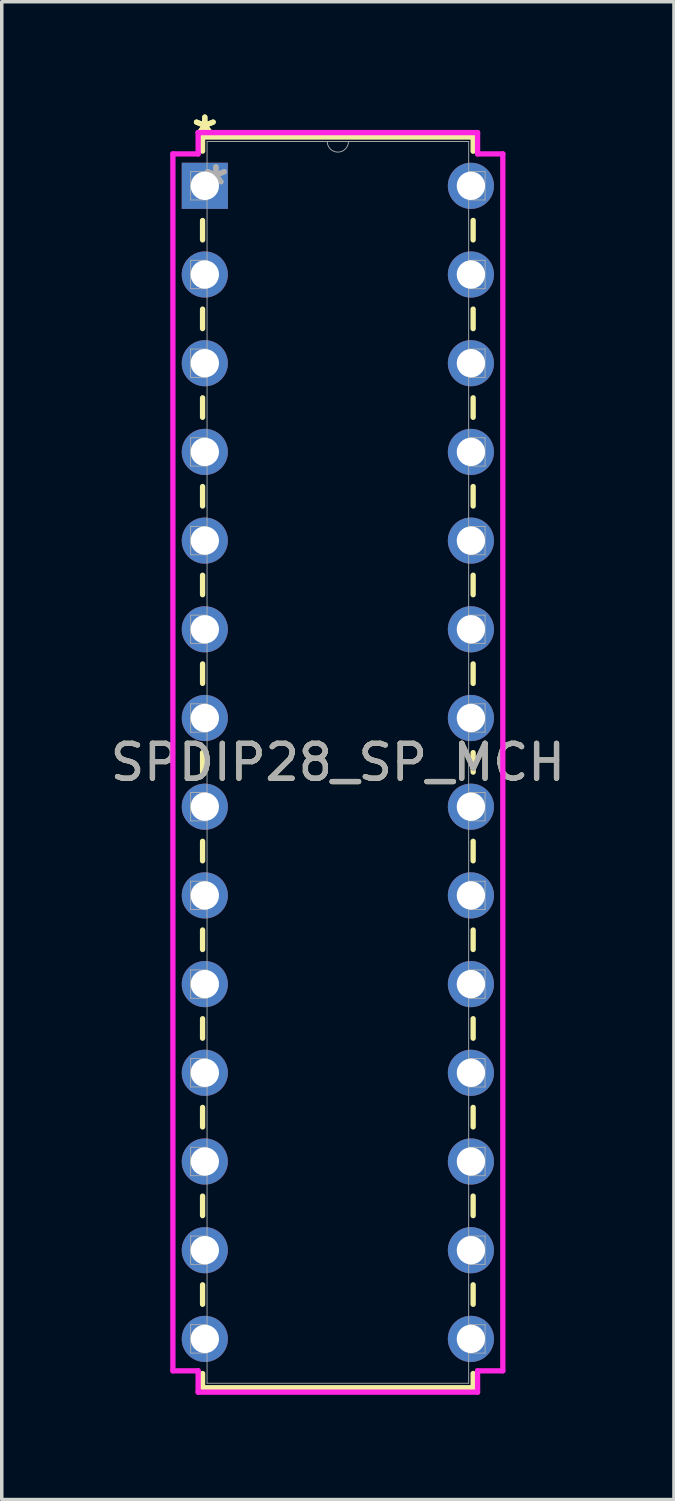
<source format=kicad_pcb>
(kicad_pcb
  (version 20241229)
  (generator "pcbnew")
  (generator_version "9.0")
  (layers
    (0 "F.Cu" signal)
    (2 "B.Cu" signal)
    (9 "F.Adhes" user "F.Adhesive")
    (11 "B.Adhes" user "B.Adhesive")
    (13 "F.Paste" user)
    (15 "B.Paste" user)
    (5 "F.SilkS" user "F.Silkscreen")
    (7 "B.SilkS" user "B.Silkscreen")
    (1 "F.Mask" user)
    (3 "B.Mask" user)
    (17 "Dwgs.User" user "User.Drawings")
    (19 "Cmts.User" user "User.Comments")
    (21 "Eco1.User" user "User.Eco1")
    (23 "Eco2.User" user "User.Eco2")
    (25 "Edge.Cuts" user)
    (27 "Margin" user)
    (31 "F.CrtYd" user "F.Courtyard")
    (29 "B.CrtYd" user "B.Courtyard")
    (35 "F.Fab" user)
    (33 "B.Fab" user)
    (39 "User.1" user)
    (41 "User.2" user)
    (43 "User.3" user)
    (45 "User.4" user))
  (footprint "SPDIP28_SP_MCH"
    (layer "F.Cu")
    (at 2.815 2.271)
    (property "Reference" "SPDIP28_SP_MCH" (at 3.81 16.51 0) (unlocked yes) (layer "F.SilkS") (effects (font (size 1 1) (thickness 0.15))))
    (attr through_hole)
    (fp_line (start -0.064 -1.397) (end -0.064 -0.993) (stroke (width 0.152) (type solid)) (layer "F.SilkS"))
    (fp_line (start -0.064 0.993) (end -0.064 1.549) (stroke (width 0.152) (type solid)) (layer "F.SilkS"))
    (fp_line (start -0.064 3.531) (end -0.064 4.089) (stroke (width 0.152) (type solid)) (layer "F.SilkS"))
    (fp_line (start -0.064 6.071) (end -0.064 6.629) (stroke (width 0.152) (type solid)) (layer "F.SilkS"))
    (fp_line (start -0.064 8.611) (end -0.064 9.169) (stroke (width 0.152) (type solid)) (layer "F.SilkS"))
    (fp_line (start -0.064 11.151) (end -0.064 11.709) (stroke (width 0.152) (type solid)) (layer "F.SilkS"))
    (fp_line (start -0.064 13.691) (end -0.064 14.249) (stroke (width 0.152) (type solid)) (layer "F.SilkS"))
    (fp_line (start -0.064 16.231) (end -0.064 16.789) (stroke (width 0.152) (type solid)) (layer "F.SilkS"))
    (fp_line (start -0.064 18.771) (end -0.064 19.329) (stroke (width 0.152) (type solid)) (layer "F.SilkS"))
    (fp_line (start -0.064 21.311) (end -0.064 21.869) (stroke (width 0.152) (type solid)) (layer "F.SilkS"))
    (fp_line (start -0.064 23.851) (end -0.064 24.409) (stroke (width 0.152) (type solid)) (layer "F.SilkS"))
    (fp_line (start -0.064 26.391) (end -0.064 26.949) (stroke (width 0.152) (type solid)) (layer "F.SilkS"))
    (fp_line (start -0.064 28.931) (end -0.064 29.489) (stroke (width 0.152) (type solid)) (layer "F.SilkS"))
    (fp_line (start -0.064 31.471) (end -0.064 32.029) (stroke (width 0.152) (type solid)) (layer "F.SilkS"))
    (fp_line (start -0.064 34.011) (end -0.064 34.417) (stroke (width 0.152) (type solid)) (layer "F.SilkS"))
    (fp_line (start -0.064 34.417) (end 7.684 34.417) (stroke (width 0.152) (type solid)) (layer "F.SilkS"))
    (fp_line (start 7.684 -1.397) (end -0.064 -1.397) (stroke (width 0.152) (type solid)) (layer "F.SilkS"))
    (fp_line (start 7.684 -0.991) (end 7.684 -1.397) (stroke (width 0.152) (type solid)) (layer "F.SilkS"))
    (fp_line (start 7.684 1.549) (end 7.684 0.991) (stroke (width 0.152) (type solid)) (layer "F.SilkS"))
    (fp_line (start 7.684 4.089) (end 7.684 3.531) (stroke (width 0.152) (type solid)) (layer "F.SilkS"))
    (fp_line (start 7.684 6.629) (end 7.684 6.071) (stroke (width 0.152) (type solid)) (layer "F.SilkS"))
    (fp_line (start 7.684 9.169) (end 7.684 8.611) (stroke (width 0.152) (type solid)) (layer "F.SilkS"))
    (fp_line (start 7.684 11.709) (end 7.684 11.151) (stroke (width 0.152) (type solid)) (layer "F.SilkS"))
    (fp_line (start 7.684 14.249) (end 7.684 13.691) (stroke (width 0.152) (type solid)) (layer "F.SilkS"))
    (fp_line (start 7.684 16.789) (end 7.684 16.231) (stroke (width 0.152) (type solid)) (layer "F.SilkS"))
    (fp_line (start 7.684 19.329) (end 7.684 18.771) (stroke (width 0.152) (type solid)) (layer "F.SilkS"))
    (fp_line (start 7.684 21.869) (end 7.684 21.311) (stroke (width 0.152) (type solid)) (layer "F.SilkS"))
    (fp_line (start 7.684 24.409) (end 7.684 23.851) (stroke (width 0.152) (type solid)) (layer "F.SilkS"))
    (fp_line (start 7.684 26.949) (end 7.684 26.391) (stroke (width 0.152) (type solid)) (layer "F.SilkS"))
    (fp_line (start 7.684 29.489) (end 7.684 28.931) (stroke (width 0.152) (type solid)) (layer "F.SilkS"))
    (fp_line (start 7.684 32.029) (end 7.684 31.471) (stroke (width 0.152) (type solid)) (layer "F.SilkS"))
    (fp_line (start 7.684 34.417) (end 7.684 34.011) (stroke (width 0.152) (type solid)) (layer "F.SilkS"))
    (fp_line (start -0.914 -0.914) (end -0.191 -0.914) (stroke (width 0.152) (type solid)) (layer "F.CrtYd"))
    (fp_line (start -0.914 33.934) (end -0.914 -0.914) (stroke (width 0.152) (type solid)) (layer "F.CrtYd"))
    (fp_line (start -0.191 -1.524) (end 7.811 -1.524) (stroke (width 0.152) (type solid)) (layer "F.CrtYd"))
    (fp_line (start -0.191 -0.914) (end -0.191 -1.524) (stroke (width 0.152) (type solid)) (layer "F.CrtYd"))
    (fp_line (start -0.191 33.934) (end -0.914 33.934) (stroke (width 0.152) (type solid)) (layer "F.CrtYd"))
    (fp_line (start -0.191 34.544) (end -0.191 33.934) (stroke (width 0.152) (type solid)) (layer "F.CrtYd"))
    (fp_line (start 7.811 -1.524) (end 7.811 -0.914) (stroke (width 0.152) (type solid)) (layer "F.CrtYd"))
    (fp_line (start 7.811 33.934) (end 7.811 34.544) (stroke (width 0.152) (type solid)) (layer "F.CrtYd"))
    (fp_line (start 7.811 34.544) (end -0.191 34.544) (stroke (width 0.152) (type solid)) (layer "F.CrtYd"))
    (fp_line (start 8.534 -0.914) (end 7.811 -0.914) (stroke (width 0.152) (type solid)) (layer "F.CrtYd"))
    (fp_line (start 8.534 -0.914) (end 8.534 33.934) (stroke (width 0.152) (type solid)) (layer "F.CrtYd"))
    (fp_line (start 8.534 33.934) (end 7.811 33.934) (stroke (width 0.152) (type solid)) (layer "F.CrtYd"))
    (fp_line (start -0.406 -0.406) (end -0.406 0.406) (stroke (width 0.025) (type solid)) (layer "F.Fab"))
    (fp_line (start -0.406 0.406) (end 0.064 0.406) (stroke (width 0.025) (type solid)) (layer "F.Fab"))
    (fp_line (start -0.406 2.134) (end -0.406 2.946) (stroke (width 0.025) (type solid)) (layer "F.Fab"))
    (fp_line (start -0.406 2.946) (end 0.064 2.946) (stroke (width 0.025) (type solid)) (layer "F.Fab"))
    (fp_line (start -0.406 4.674) (end -0.406 5.486) (stroke (width 0.025) (type solid)) (layer "F.Fab"))
    (fp_line (start -0.406 5.486) (end 0.064 5.486) (stroke (width 0.025) (type solid)) (layer "F.Fab"))
    (fp_line (start -0.406 7.214) (end -0.406 8.026) (stroke (width 0.025) (type solid)) (layer "F.Fab"))
    (fp_line (start -0.406 8.026) (end 0.064 8.026) (stroke (width 0.025) (type solid)) (layer "F.Fab"))
    (fp_line (start -0.406 9.754) (end -0.406 10.566) (stroke (width 0.025) (type solid)) (layer "F.Fab"))
    (fp_line (start -0.406 10.566) (end 0.064 10.566) (stroke (width 0.025) (type solid)) (layer "F.Fab"))
    (fp_line (start -0.406 12.294) (end -0.406 13.106) (stroke (width 0.025) (type solid)) (layer "F.Fab"))
    (fp_line (start -0.406 13.106) (end 0.064 13.106) (stroke (width 0.025) (type solid)) (layer "F.Fab"))
    (fp_line (start -0.406 14.834) (end -0.406 15.646) (stroke (width 0.025) (type solid)) (layer "F.Fab"))
    (fp_line (start -0.406 15.646) (end 0.064 15.646) (stroke (width 0.025) (type solid)) (layer "F.Fab"))
    (fp_line (start -0.406 17.374) (end -0.406 18.186) (stroke (width 0.025) (type solid)) (layer "F.Fab"))
    (fp_line (start -0.406 18.186) (end 0.064 18.186) (stroke (width 0.025) (type solid)) (layer "F.Fab"))
    (fp_line (start -0.406 19.914) (end -0.406 20.726) (stroke (width 0.025) (type solid)) (layer "F.Fab"))
    (fp_line (start -0.406 20.726) (end 0.064 20.726) (stroke (width 0.025) (type solid)) (layer "F.Fab"))
    (fp_line (start -0.406 22.454) (end -0.406 23.266) (stroke (width 0.025) (type solid)) (layer "F.Fab"))
    (fp_line (start -0.406 23.266) (end 0.064 23.266) (stroke (width 0.025) (type solid)) (layer "F.Fab"))
    (fp_line (start -0.406 24.994) (end -0.406 25.806) (stroke (width 0.025) (type solid)) (layer "F.Fab"))
    (fp_line (start -0.406 25.806) (end 0.064 25.806) (stroke (width 0.025) (type solid)) (layer "F.Fab"))
    (fp_line (start -0.406 27.534) (end -0.406 28.346) (stroke (width 0.025) (type solid)) (layer "F.Fab"))
    (fp_line (start -0.406 28.346) (end 0.064 28.346) (stroke (width 0.025) (type solid)) (layer "F.Fab"))
    (fp_line (start -0.406 30.074) (end -0.406 30.886) (stroke (width 0.025) (type solid)) (layer "F.Fab"))
    (fp_line (start -0.406 30.886) (end 0.064 30.886) (stroke (width 0.025) (type solid)) (layer "F.Fab"))
    (fp_line (start -0.406 32.614) (end -0.406 33.426) (stroke (width 0.025) (type solid)) (layer "F.Fab"))
    (fp_line (start -0.406 33.426) (end 0.064 33.426) (stroke (width 0.025) (type solid)) (layer "F.Fab"))
    (fp_line (start 0.064 -1.27) (end 0.064 34.29) (stroke (width 0.025) (type solid)) (layer "F.Fab"))
    (fp_line (start 0.064 -0.406) (end -0.406 -0.406) (stroke (width 0.025) (type solid)) (layer "F.Fab"))
    (fp_line (start 0.064 0.406) (end 0.064 -0.406) (stroke (width 0.025) (type solid)) (layer "F.Fab"))
    (fp_line (start 0.064 2.134) (end -0.406 2.134) (stroke (width 0.025) (type solid)) (layer "F.Fab"))
    (fp_line (start 0.064 2.946) (end 0.064 2.134) (stroke (width 0.025) (type solid)) (layer "F.Fab"))
    (fp_line (start 0.064 4.674) (end -0.406 4.674) (stroke (width 0.025) (type solid)) (layer "F.Fab"))
    (fp_line (start 0.064 5.486) (end 0.064 4.674) (stroke (width 0.025) (type solid)) (layer "F.Fab"))
    (fp_line (start 0.064 7.214) (end -0.406 7.214) (stroke (width 0.025) (type solid)) (layer "F.Fab"))
    (fp_line (start 0.064 8.026) (end 0.064 7.214) (stroke (width 0.025) (type solid)) (layer "F.Fab"))
    (fp_line (start 0.064 9.754) (end -0.406 9.754) (stroke (width 0.025) (type solid)) (layer "F.Fab"))
    (fp_line (start 0.064 10.566) (end 0.064 9.754) (stroke (width 0.025) (type solid)) (layer "F.Fab"))
    (fp_line (start 0.064 12.294) (end -0.406 12.294) (stroke (width 0.025) (type solid)) (layer "F.Fab"))
    (fp_line (start 0.064 13.106) (end 0.064 12.294) (stroke (width 0.025) (type solid)) (layer "F.Fab"))
    (fp_line (start 0.064 14.834) (end -0.406 14.834) (stroke (width 0.025) (type solid)) (layer "F.Fab"))
    (fp_line (start 0.064 15.646) (end 0.064 14.834) (stroke (width 0.025) (type solid)) (layer "F.Fab"))
    (fp_line (start 0.064 17.374) (end -0.406 17.374) (stroke (width 0.025) (type solid)) (layer "F.Fab"))
    (fp_line (start 0.064 18.186) (end 0.064 17.374) (stroke (width 0.025) (type solid)) (layer "F.Fab"))
    (fp_line (start 0.064 19.914) (end -0.406 19.914) (stroke (width 0.025) (type solid)) (layer "F.Fab"))
    (fp_line (start 0.064 20.726) (end 0.064 19.914) (stroke (width 0.025) (type solid)) (layer "F.Fab"))
    (fp_line (start 0.064 22.454) (end -0.406 22.454) (stroke (width 0.025) (type solid)) (layer "F.Fab"))
    (fp_line (start 0.064 23.266) (end 0.064 22.454) (stroke (width 0.025) (type solid)) (layer "F.Fab"))
    (fp_line (start 0.064 24.994) (end -0.406 24.994) (stroke (width 0.025) (type solid)) (layer "F.Fab"))
    (fp_line (start 0.064 25.806) (end 0.064 24.994) (stroke (width 0.025) (type solid)) (layer "F.Fab"))
    (fp_line (start 0.064 27.534) (end -0.406 27.534) (stroke (width 0.025) (type solid)) (layer "F.Fab"))
    (fp_line (start 0.064 28.346) (end 0.064 27.534) (stroke (width 0.025) (type solid)) (layer "F.Fab"))
    (fp_line (start 0.064 30.074) (end -0.406 30.074) (stroke (width 0.025) (type solid)) (layer "F.Fab"))
    (fp_line (start 0.064 30.886) (end 0.064 30.074) (stroke (width 0.025) (type solid)) (layer "F.Fab"))
    (fp_line (start 0.064 32.614) (end -0.406 32.614) (stroke (width 0.025) (type solid)) (layer "F.Fab"))
    (fp_line (start 0.064 33.426) (end 0.064 32.614) (stroke (width 0.025) (type solid)) (layer "F.Fab"))
    (fp_line (start 0.064 34.29) (end 7.556 34.29) (stroke (width 0.025) (type solid)) (layer "F.Fab"))
    (fp_line (start 7.556 -1.27) (end 0.064 -1.27) (stroke (width 0.025) (type solid)) (layer "F.Fab"))
    (fp_line (start 7.556 -0.406) (end 7.556 0.406) (stroke (width 0.025) (type solid)) (layer "F.Fab"))
    (fp_line (start 7.556 0.406) (end 8.026 0.406) (stroke (width 0.025) (type solid)) (layer "F.Fab"))
    (fp_line (start 7.556 2.134) (end 7.556 2.946) (stroke (width 0.025) (type solid)) (layer "F.Fab"))
    (fp_line (start 7.556 2.946) (end 8.026 2.946) (stroke (width 0.025) (type solid)) (layer "F.Fab"))
    (fp_line (start 7.556 4.674) (end 7.556 5.486) (stroke (width 0.025) (type solid)) (layer "F.Fab"))
    (fp_line (start 7.556 5.486) (end 8.026 5.486) (stroke (width 0.025) (type solid)) (layer "F.Fab"))
    (fp_line (start 7.556 7.214) (end 7.556 8.026) (stroke (width 0.025) (type solid)) (layer "F.Fab"))
    (fp_line (start 7.556 8.026) (end 8.026 8.026) (stroke (width 0.025) (type solid)) (layer "F.Fab"))
    (fp_line (start 7.556 9.754) (end 7.556 10.566) (stroke (width 0.025) (type solid)) (layer "F.Fab"))
    (fp_line (start 7.556 10.566) (end 8.026 10.566) (stroke (width 0.025) (type solid)) (layer "F.Fab"))
    (fp_line (start 7.556 12.294) (end 7.556 13.106) (stroke (width 0.025) (type solid)) (layer "F.Fab"))
    (fp_line (start 7.556 13.106) (end 8.026 13.106) (stroke (width 0.025) (type solid)) (layer "F.Fab"))
    (fp_line (start 7.556 14.834) (end 7.556 15.646) (stroke (width 0.025) (type solid)) (layer "F.Fab"))
    (fp_line (start 7.556 15.646) (end 8.026 15.646) (stroke (width 0.025) (type solid)) (layer "F.Fab"))
    (fp_line (start 7.556 17.374) (end 7.556 18.186) (stroke (width 0.025) (type solid)) (layer "F.Fab"))
    (fp_line (start 7.556 18.186) (end 8.026 18.186) (stroke (width 0.025) (type solid)) (layer "F.Fab"))
    (fp_line (start 7.556 19.914) (end 7.556 20.726) (stroke (width 0.025) (type solid)) (layer "F.Fab"))
    (fp_line (start 7.556 20.726) (end 8.026 20.726) (stroke (width 0.025) (type solid)) (layer "F.Fab"))
    (fp_line (start 7.556 22.454) (end 7.556 23.266) (stroke (width 0.025) (type solid)) (layer "F.Fab"))
    (fp_line (start 7.556 23.266) (end 8.026 23.266) (stroke (width 0.025) (type solid)) (layer "F.Fab"))
    (fp_line (start 7.556 24.994) (end 7.556 25.806) (stroke (width 0.025) (type solid)) (layer "F.Fab"))
    (fp_line (start 7.556 25.806) (end 8.026 25.806) (stroke (width 0.025) (type solid)) (layer "F.Fab"))
    (fp_line (start 7.556 27.534) (end 7.556 28.346) (stroke (width 0.025) (type solid)) (layer "F.Fab"))
    (fp_line (start 7.556 28.346) (end 8.026 28.346) (stroke (width 0.025) (type solid)) (layer "F.Fab"))
    (fp_line (start 7.556 30.074) (end 7.556 30.886) (stroke (width 0.025) (type solid)) (layer "F.Fab"))
    (fp_line (start 7.556 30.886) (end 8.026 30.886) (stroke (width 0.025) (type solid)) (layer "F.Fab"))
    (fp_line (start 7.556 32.614) (end 7.556 33.426) (stroke (width 0.025) (type solid)) (layer "F.Fab"))
    (fp_line (start 7.556 33.426) (end 8.026 33.426) (stroke (width 0.025) (type solid)) (layer "F.Fab"))
    (fp_line (start 7.556 34.29) (end 7.556 -1.27) (stroke (width 0.025) (type solid)) (layer "F.Fab"))
    (fp_line (start 8.026 -0.406) (end 7.556 -0.406) (stroke (width 0.025) (type solid)) (layer "F.Fab"))
    (fp_line (start 8.026 0.406) (end 8.026 -0.406) (stroke (width 0.025) (type solid)) (layer "F.Fab"))
    (fp_line (start 8.026 2.134) (end 7.556 2.134) (stroke (width 0.025) (type solid)) (layer "F.Fab"))
    (fp_line (start 8.026 2.946) (end 8.026 2.134) (stroke (width 0.025) (type solid)) (layer "F.Fab"))
    (fp_line (start 8.026 4.674) (end 7.556 4.674) (stroke (width 0.025) (type solid)) (layer "F.Fab"))
    (fp_line (start 8.026 5.486) (end 8.026 4.674) (stroke (width 0.025) (type solid)) (layer "F.Fab"))
    (fp_line (start 8.026 7.214) (end 7.556 7.214) (stroke (width 0.025) (type solid)) (layer "F.Fab"))
    (fp_line (start 8.026 8.026) (end 8.026 7.214) (stroke (width 0.025) (type solid)) (layer "F.Fab"))
    (fp_line (start 8.026 9.754) (end 7.556 9.754) (stroke (width 0.025) (type solid)) (layer "F.Fab"))
    (fp_line (start 8.026 10.566) (end 8.026 9.754) (stroke (width 0.025) (type solid)) (layer "F.Fab"))
    (fp_line (start 8.026 12.294) (end 7.556 12.294) (stroke (width 0.025) (type solid)) (layer "F.Fab"))
    (fp_line (start 8.026 13.106) (end 8.026 12.294) (stroke (width 0.025) (type solid)) (layer "F.Fab"))
    (fp_line (start 8.026 14.834) (end 7.556 14.834) (stroke (width 0.025) (type solid)) (layer "F.Fab"))
    (fp_line (start 8.026 15.646) (end 8.026 14.834) (stroke (width 0.025) (type solid)) (layer "F.Fab"))
    (fp_line (start 8.026 17.374) (end 7.556 17.374) (stroke (width 0.025) (type solid)) (layer "F.Fab"))
    (fp_line (start 8.026 18.186) (end 8.026 17.374) (stroke (width 0.025) (type solid)) (layer "F.Fab"))
    (fp_line (start 8.026 19.914) (end 7.556 19.914) (stroke (width 0.025) (type solid)) (layer "F.Fab"))
    (fp_line (start 8.026 20.726) (end 8.026 19.914) (stroke (width 0.025) (type solid)) (layer "F.Fab"))
    (fp_line (start 8.026 22.454) (end 7.556 22.454) (stroke (width 0.025) (type solid)) (layer "F.Fab"))
    (fp_line (start 8.026 23.266) (end 8.026 22.454) (stroke (width 0.025) (type solid)) (layer "F.Fab"))
    (fp_line (start 8.026 24.994) (end 7.556 24.994) (stroke (width 0.025) (type solid)) (layer "F.Fab"))
    (fp_line (start 8.026 25.806) (end 8.026 24.994) (stroke (width 0.025) (type solid)) (layer "F.Fab"))
    (fp_line (start 8.026 27.534) (end 7.556 27.534) (stroke (width 0.025) (type solid)) (layer "F.Fab"))
    (fp_line (start 8.026 28.346) (end 8.026 27.534) (stroke (width 0.025) (type solid)) (layer "F.Fab"))
    (fp_line (start 8.026 30.074) (end 7.556 30.074) (stroke (width 0.025) (type solid)) (layer "F.Fab"))
    (fp_line (start 8.026 30.886) (end 8.026 30.074) (stroke (width 0.025) (type solid)) (layer "F.Fab"))
    (fp_line (start 8.026 32.614) (end 7.556 32.614) (stroke (width 0.025) (type solid)) (layer "F.Fab"))
    (fp_line (start 8.026 33.426) (end 8.026 32.614) (stroke (width 0.025) (type solid)) (layer "F.Fab"))
    (fp_arc (start 4.1148 -1.27) (mid 3.81 -0.9652) (end 3.5052 -1.27) (stroke (width 0.0254) (type solid)) (layer "F.Fab"))
    (fp_text user "*" (at 0 -1.422 0) (layer "F.SilkS") (effects (font (size 1 1) (thickness 0.15))))
    (fp_text user "*" (at 0 -1.422 0) (unlocked yes) (layer "F.SilkS") (effects (font (size 1 1) (thickness 0.15))))
    (fp_text user "*" (at 0.318 0 0) (layer "F.Fab") (effects (font (size 1 1) (thickness 0.15))))
    (fp_text user "*" (at 0.318 0 0) (unlocked yes) (layer "F.Fab") (effects (font (size 1 1) (thickness 0.15))))
    (fp_text user "${REFERENCE}" (at 3.81 16.51 0) (unlocked yes) (layer "F.Fab") (effects (font (size 1 1) (thickness 0.15))))
    (pad "1" thru_hole rect (at 0 0) (size 1.321 1.321) (drill 0.813) (layers "*.Cu" "*.Mask"))
    (pad "2" thru_hole circle (at 0 2.54) (size 1.321 1.321) (drill 0.813) (layers "*.Cu" "*.Mask"))
    (pad "3" thru_hole circle (at 0 5.08) (size 1.321 1.321) (drill 0.813) (layers "*.Cu" "*.Mask"))
    (pad "4" thru_hole circle (at 0 7.62) (size 1.321 1.321) (drill 0.813) (layers "*.Cu" "*.Mask"))
    (pad "5" thru_hole circle (at 0 10.16) (size 1.321 1.321) (drill 0.813) (layers "*.Cu" "*.Mask"))
    (pad "6" thru_hole circle (at 0 12.7) (size 1.321 1.321) (drill 0.813) (layers "*.Cu" "*.Mask"))
    (pad "7" thru_hole circle (at 0 15.24) (size 1.321 1.321) (drill 0.813) (layers "*.Cu" "*.Mask"))
    (pad "8" thru_hole circle (at 0 17.78) (size 1.321 1.321) (drill 0.813) (layers "*.Cu" "*.Mask"))
    (pad "9" thru_hole circle (at 0 20.32) (size 1.321 1.321) (drill 0.813) (layers "*.Cu" "*.Mask"))
    (pad "10" thru_hole circle (at 0 22.86) (size 1.321 1.321) (drill 0.813) (layers "*.Cu" "*.Mask"))
    (pad "11" thru_hole circle (at 0 25.4) (size 1.321 1.321) (drill 0.813) (layers "*.Cu" "*.Mask"))
    (pad "12" thru_hole circle (at 0 27.94) (size 1.321 1.321) (drill 0.813) (layers "*.Cu" "*.Mask"))
    (pad "13" thru_hole circle (at 0 30.48) (size 1.321 1.321) (drill 0.813) (layers "*.Cu" "*.Mask"))
    (pad "14" thru_hole circle (at 0 33.02) (size 1.321 1.321) (drill 0.813) (layers "*.Cu" "*.Mask"))
    (pad "15" thru_hole circle (at 7.62 33.02) (size 1.321 1.321) (drill 0.813) (layers "*.Cu" "*.Mask"))
    (pad "16" thru_hole circle (at 7.62 30.48) (size 1.321 1.321) (drill 0.813) (layers "*.Cu" "*.Mask"))
    (pad "17" thru_hole circle (at 7.62 27.94) (size 1.321 1.321) (drill 0.813) (layers "*.Cu" "*.Mask"))
    (pad "18" thru_hole circle (at 7.62 25.4) (size 1.321 1.321) (drill 0.813) (layers "*.Cu" "*.Mask"))
    (pad "19" thru_hole circle (at 7.62 22.86) (size 1.321 1.321) (drill 0.813) (layers "*.Cu" "*.Mask"))
    (pad "20" thru_hole circle (at 7.62 20.32) (size 1.321 1.321) (drill 0.813) (layers "*.Cu" "*.Mask"))
    (pad "21" thru_hole circle (at 7.62 17.78) (size 1.321 1.321) (drill 0.813) (layers "*.Cu" "*.Mask"))
    (pad "22" thru_hole circle (at 7.62 15.24) (size 1.321 1.321) (drill 0.813) (layers "*.Cu" "*.Mask"))
    (pad "23" thru_hole circle (at 7.62 12.7) (size 1.321 1.321) (drill 0.813) (layers "*.Cu" "*.Mask"))
    (pad "24" thru_hole circle (at 7.62 10.16) (size 1.321 1.321) (drill 0.813) (layers "*.Cu" "*.Mask"))
    (pad "25" thru_hole circle (at 7.62 7.62) (size 1.321 1.321) (drill 0.813) (layers "*.Cu" "*.Mask"))
    (pad "26" thru_hole circle (at 7.62 5.08) (size 1.321 1.321) (drill 0.813) (layers "*.Cu" "*.Mask"))
    (pad "27" thru_hole circle (at 7.62 2.54) (size 1.321 1.321) (drill 0.813) (layers "*.Cu" "*.Mask"))
    (pad "28" thru_hole circle (at 7.62 0) (size 1.321 1.321) (drill 0.813) (layers "*.Cu" "*.Mask")))
  (gr_rect
    (start -3 -3)
    (end 16.25 39.891)
    (stroke (width 0.1) (type default))
    (fill no)
    (layer "Edge.Cuts")))
</source>
